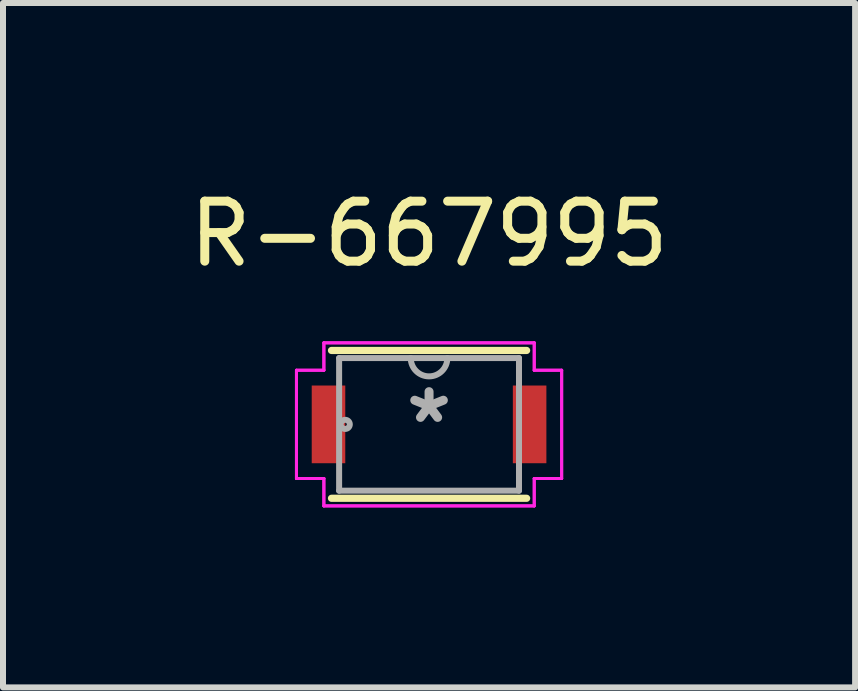
<source format=kicad_pcb>
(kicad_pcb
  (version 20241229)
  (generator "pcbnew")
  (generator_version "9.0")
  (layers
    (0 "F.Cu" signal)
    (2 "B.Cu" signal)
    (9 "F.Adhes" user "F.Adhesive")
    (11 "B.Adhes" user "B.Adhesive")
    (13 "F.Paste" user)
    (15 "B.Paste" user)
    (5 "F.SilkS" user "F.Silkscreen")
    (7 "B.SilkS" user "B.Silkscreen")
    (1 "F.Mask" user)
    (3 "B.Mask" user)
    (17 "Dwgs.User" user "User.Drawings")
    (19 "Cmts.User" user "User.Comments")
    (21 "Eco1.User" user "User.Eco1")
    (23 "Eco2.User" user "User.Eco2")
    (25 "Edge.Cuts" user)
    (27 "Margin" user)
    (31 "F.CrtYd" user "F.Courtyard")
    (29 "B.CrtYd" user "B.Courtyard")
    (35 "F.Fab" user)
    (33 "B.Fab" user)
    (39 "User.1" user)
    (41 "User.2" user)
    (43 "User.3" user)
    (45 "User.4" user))
  (footprint "R-667995"
    (layer "F.Cu")
    (at 4.101 4.023)
    (property "Reference" "R-667995" (at 0 -3.175 0) (layer "F.SilkS") (effects (font (size 1 1) (thickness 0.15))))
    (attr through_hole)
    (fp_line (start -1.626 1.232) (end 1.626 1.232) (stroke (width 0.12) (type solid)) (layer "F.SilkS"))
    (fp_line (start 1.626 -1.232) (end -1.626 -1.232) (stroke (width 0.12) (type solid)) (layer "F.SilkS"))
    (fp_line (start -2.21 -0.902) (end -1.753 -0.902) (stroke (width 0.05) (type solid)) (layer "F.CrtYd"))
    (fp_line (start -2.21 -0.902) (end -1.753 -0.902) (stroke (width 0.05) (type solid)) (layer "F.CrtYd"))
    (fp_line (start -2.21 0.902) (end -2.21 -0.902) (stroke (width 0.05) (type solid)) (layer "F.CrtYd"))
    (fp_line (start -2.21 0.902) (end -2.21 -0.902) (stroke (width 0.05) (type solid)) (layer "F.CrtYd"))
    (fp_line (start -1.753 -1.359) (end 1.753 -1.359) (stroke (width 0.05) (type solid)) (layer "F.CrtYd"))
    (fp_line (start -1.753 -1.359) (end 1.753 -1.359) (stroke (width 0.05) (type solid)) (layer "F.CrtYd"))
    (fp_line (start -1.753 -0.902) (end -1.753 -1.359) (stroke (width 0.05) (type solid)) (layer "F.CrtYd"))
    (fp_line (start -1.753 -0.902) (end -1.753 -1.359) (stroke (width 0.05) (type solid)) (layer "F.CrtYd"))
    (fp_line (start -1.753 0.902) (end -2.21 0.902) (stroke (width 0.05) (type solid)) (layer "F.CrtYd"))
    (fp_line (start -1.753 0.902) (end -2.21 0.902) (stroke (width 0.05) (type solid)) (layer "F.CrtYd"))
    (fp_line (start -1.753 1.359) (end -1.753 0.902) (stroke (width 0.05) (type solid)) (layer "F.CrtYd"))
    (fp_line (start -1.753 1.359) (end -1.753 0.902) (stroke (width 0.05) (type solid)) (layer "F.CrtYd"))
    (fp_line (start 1.753 -1.359) (end 1.753 -0.902) (stroke (width 0.05) (type solid)) (layer "F.CrtYd"))
    (fp_line (start 1.753 -1.359) (end 1.753 -0.902) (stroke (width 0.05) (type solid)) (layer "F.CrtYd"))
    (fp_line (start 1.753 -0.902) (end 2.21 -0.902) (stroke (width 0.05) (type solid)) (layer "F.CrtYd"))
    (fp_line (start 1.753 -0.902) (end 2.21 -0.902) (stroke (width 0.05) (type solid)) (layer "F.CrtYd"))
    (fp_line (start 1.753 0.902) (end 1.753 1.359) (stroke (width 0.05) (type solid)) (layer "F.CrtYd"))
    (fp_line (start 1.753 0.902) (end 1.753 1.359) (stroke (width 0.05) (type solid)) (layer "F.CrtYd"))
    (fp_line (start 1.753 1.359) (end -1.753 1.359) (stroke (width 0.05) (type solid)) (layer "F.CrtYd"))
    (fp_line (start 1.753 1.359) (end -1.753 1.359) (stroke (width 0.05) (type solid)) (layer "F.CrtYd"))
    (fp_line (start 2.21 -0.902) (end 2.21 0.902) (stroke (width 0.05) (type solid)) (layer "F.CrtYd"))
    (fp_line (start 2.21 -0.902) (end 2.21 0.902) (stroke (width 0.05) (type solid)) (layer "F.CrtYd"))
    (fp_line (start 2.21 0.902) (end 1.753 0.902) (stroke (width 0.05) (type solid)) (layer "F.CrtYd"))
    (fp_line (start 2.21 0.902) (end 1.753 0.902) (stroke (width 0.05) (type solid)) (layer "F.CrtYd"))
    (fp_line (start -1.499 -1.105) (end -1.499 1.105) (stroke (width 0.1) (type solid)) (layer "F.Fab"))
    (fp_line (start -1.499 1.105) (end 1.499 1.105) (stroke (width 0.1) (type solid)) (layer "F.Fab"))
    (fp_line (start 1.499 -1.105) (end -1.499 -1.105) (stroke (width 0.1) (type solid)) (layer "F.Fab"))
    (fp_line (start 1.499 1.105) (end 1.499 -1.105) (stroke (width 0.1) (type solid)) (layer "F.Fab"))
    (fp_arc (start 0.3048 -1.1049) (mid 0 -0.8001) (end -0.3048 -1.1049) (stroke (width 0.1) (type solid)) (layer "F.Fab"))
    (fp_circle (center -1.397 0) (end -1.321 0) (stroke (width 0.1) (type solid)) (fill no) (layer "F.Fab"))
    (fp_text user "*" (at 0 0 0) (layer "F.Fab") (effects (font (size 1 1) (thickness 0.15))))
    (pad "1" smd rect (at -1.676 0) (size 0.559 1.295) (layers "F.Cu" "F.Mask" "F.Paste"))
    (pad "2" smd rect (at 1.676 0) (size 0.559 1.295) (layers "F.Cu" "F.Mask" "F.Paste")))
  (gr_rect
    (start -3 -3)
    (end 11.202 8.407)
    (stroke (width 0.1) (type default))
    (fill no)
    (layer "Edge.Cuts")))
</source>
